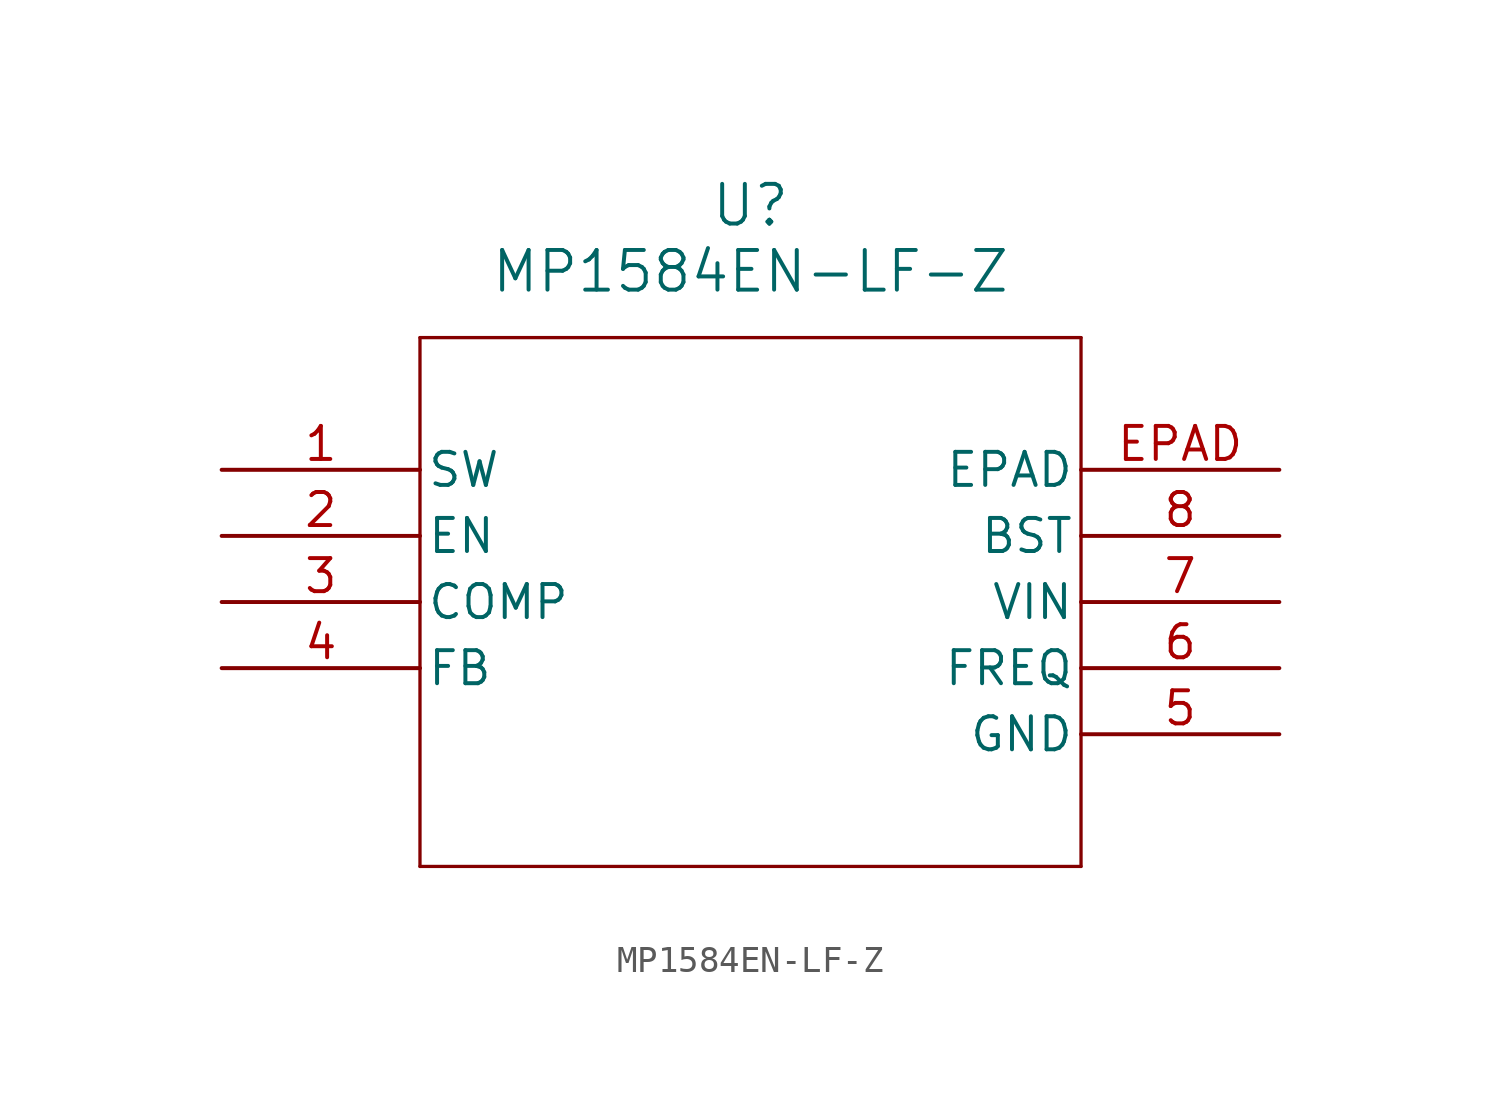
<source format=kicad_sym>
(kicad_symbol_lib
  (version 20241209)
  (generator "kicad_symbol_editor")
  (generator_version "9.0")
  (symbol "MP1584EN-LF-Z"
    (pin_names
      (offset 0.254))
    (property "Reference" "U"
      (at 20.32 10.16 0)
      (effects (font (size 1.524 1.524))))
    (property "Value" "MP1584EN-LF-Z"
      (at 20.32 7.62 0)
      (effects (font (size 1.524 1.524))))
    (property "ki_locked" ""
      (at 0 0 0)
      (effects (font (size 1.27 1.27))))
    (symbol "MP1584EN-LF-Z_0_1"
      (polyline (pts (xy 7.62 5.08) (xy 7.62 -15.24)) (stroke (width 0.127) (type default)) (fill (type none)))
      (polyline (pts (xy 7.62 -15.24) (xy 33.02 -15.24)) (stroke (width 0.127) (type default)) (fill (type none)))
      (polyline (pts (xy 33.02 5.08) (xy 7.62 5.08)) (stroke (width 0.127) (type default)) (fill (type none)))
      (polyline (pts (xy 33.02 -15.24) (xy 33.02 5.08)) (stroke (width 0.127) (type default)) (fill (type none)))
      (pin output line (at 0 0 0) (length 7.62) (name "SW" (effects (font (size 1.27 1.27)))) (number "1" (effects (font (size 1.27 1.27)))))
      (pin input line (at 0 -2.54 0) (length 7.62) (name "EN" (effects (font (size 1.27 1.27)))) (number "2" (effects (font (size 1.27 1.27)))))
      (pin output line (at 0 -5.08 0) (length 7.62) (name "COMP" (effects (font (size 1.27 1.27)))) (number "3" (effects (font (size 1.27 1.27)))))
      (pin input line (at 0 -7.62 0) (length 7.62) (name "FB" (effects (font (size 1.27 1.27)))) (number "4" (effects (font (size 1.27 1.27)))))
      (pin power_out line (at 40.64 0 180) (length 7.62) (name "EPAD" (effects (font (size 1.27 1.27)))) (number "EPAD" (effects (font (size 1.27 1.27)))))
      (pin unspecified line (at 40.64 -2.54 180) (length 7.62) (name "BST" (effects (font (size 1.27 1.27)))) (number "8" (effects (font (size 1.27 1.27)))))
      (pin power_in line (at 40.64 -5.08 180) (length 7.62) (name "VIN" (effects (font (size 1.27 1.27)))) (number "7" (effects (font (size 1.27 1.27)))))
      (pin input line (at 40.64 -7.62 180) (length 7.62) (name "FREQ" (effects (font (size 1.27 1.27)))) (number "6" (effects (font (size 1.27 1.27)))))
      (pin power_out line (at 40.64 -10.16 180) (length 7.62) (name "GND" (effects (font (size 1.27 1.27)))) (number "5" (effects (font (size 1.27 1.27))))))))
</source>
